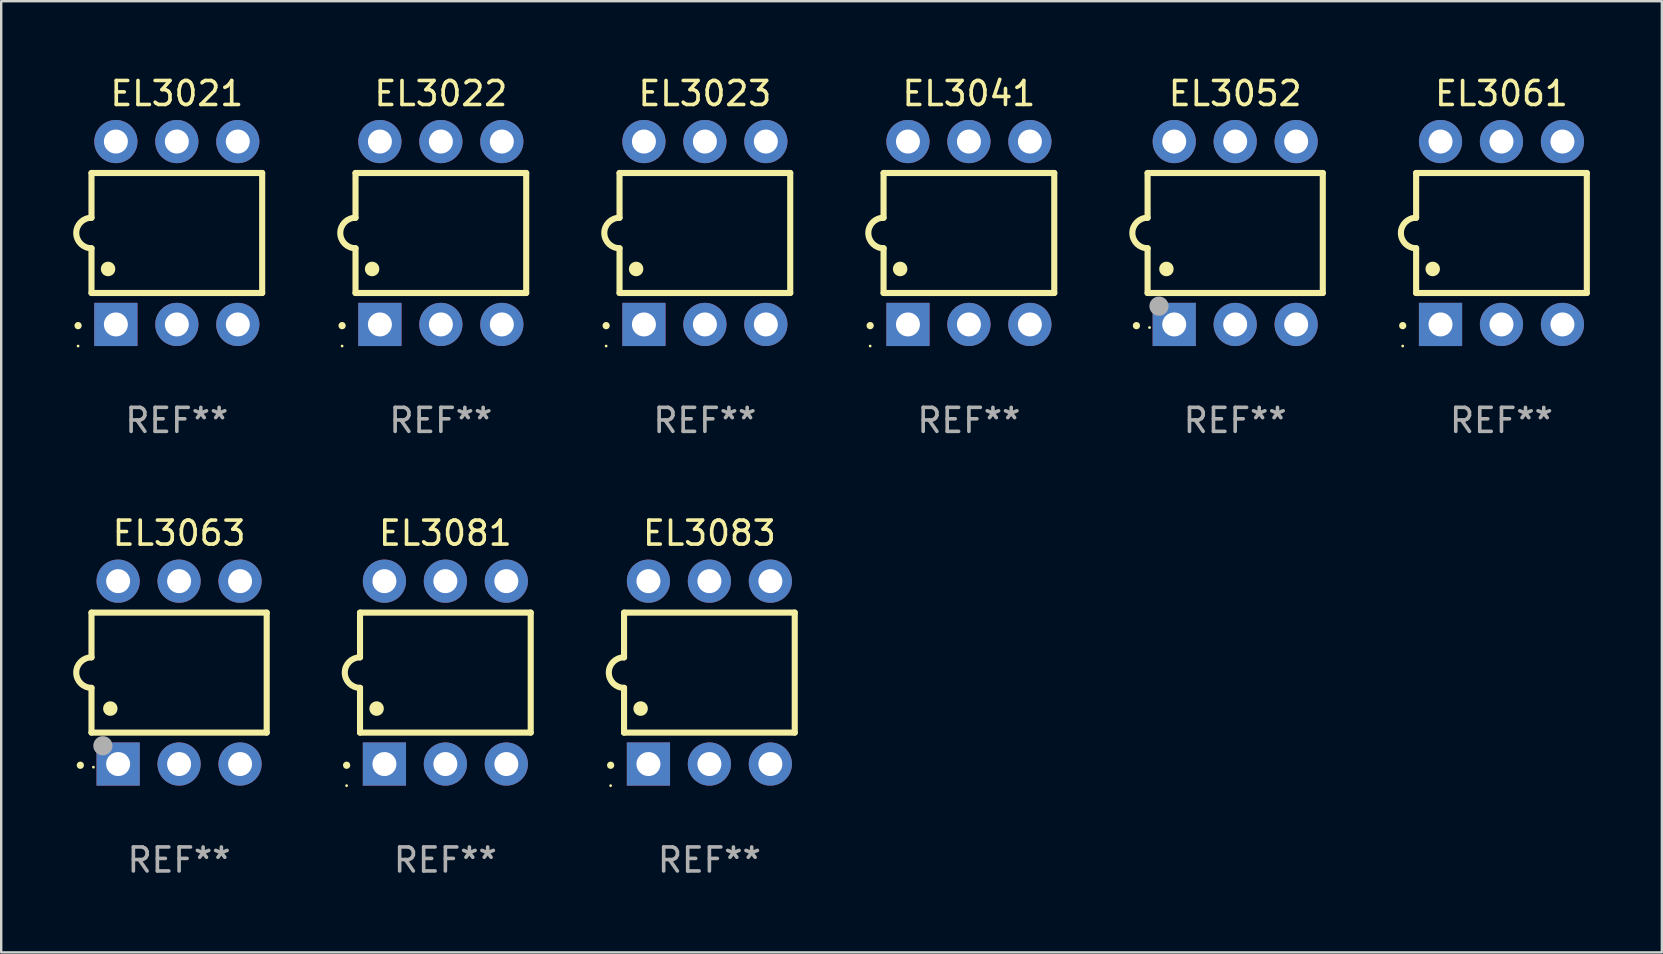
<source format=kicad_pcb>
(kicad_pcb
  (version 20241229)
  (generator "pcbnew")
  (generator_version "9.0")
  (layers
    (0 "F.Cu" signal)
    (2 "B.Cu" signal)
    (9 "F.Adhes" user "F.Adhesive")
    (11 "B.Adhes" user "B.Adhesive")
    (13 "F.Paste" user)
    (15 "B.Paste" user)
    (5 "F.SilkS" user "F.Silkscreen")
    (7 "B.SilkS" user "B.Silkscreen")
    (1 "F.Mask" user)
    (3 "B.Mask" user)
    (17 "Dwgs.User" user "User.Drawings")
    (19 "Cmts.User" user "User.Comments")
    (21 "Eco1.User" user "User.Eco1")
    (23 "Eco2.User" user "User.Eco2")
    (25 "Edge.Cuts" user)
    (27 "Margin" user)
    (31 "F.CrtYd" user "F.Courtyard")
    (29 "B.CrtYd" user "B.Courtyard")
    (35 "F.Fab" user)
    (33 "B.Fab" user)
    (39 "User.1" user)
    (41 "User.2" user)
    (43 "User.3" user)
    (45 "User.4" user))
  (footprint "EL3023"
    (layer "F.Cu")
    (at 26.32 6.658)
    (property "Reference" "EL3023" (at 0 -5.81 0) (layer "F.SilkS") (effects (font (size 1 1) (thickness 0.15))))
    (attr through_hole)
    (fp_line (start -3.556 -2.5) (end 3.556 -2.5) (stroke (width 0.254) (type solid)) (layer "F.SilkS"))
    (fp_line (start -3.556 -0.635) (end -3.556 -2.5) (stroke (width 0.254) (type solid)) (layer "F.SilkS"))
    (fp_line (start -3.556 0.635) (end -3.556 2.5) (stroke (width 0.254) (type solid)) (layer "F.SilkS"))
    (fp_line (start -3.556 2.5) (end 3.556 2.5) (stroke (width 0.254) (type solid)) (layer "F.SilkS"))
    (fp_line (start 3.556 -2.5) (end 3.556 2.5) (stroke (width 0.254) (type solid)) (layer "F.SilkS"))
    (fp_arc (start -4.114808 3.860808) (mid -4.114813 3.859538) (end -4.114808 3.858268) (stroke (width 0.3) (type solid)) (layer "F.SilkS"))
    (fp_arc (start -3.556007 0.635001) (mid -4.191008 0) (end -3.556007 -0.635001) (stroke (width 0.254001) (type solid)) (layer "F.SilkS"))
    (fp_arc (start -2.865405 1.501143) (mid -2.865416 1.498603) (end -2.865405 1.496063) (stroke (width 0.6) (type solid)) (layer "F.SilkS"))
    (fp_circle (center -4.115 4.71) (end -4.085 4.71) (stroke (width 0.06) (type solid)) (fill no) (layer "F.SilkS"))
    (fp_text user "REF**" (at 0 7.81 0) (layer "F.Fab") (effects (font (size 1 1) (thickness 0.15))))
    (pad "1" thru_hole rect (at -2.54 3.81 90) (size 1.8 1.8) (drill 1) (layers "*.Cu" "*.Mask"))
    (pad "2" thru_hole circle (at 0 3.81) (size 1.8 1.8) (drill 1) (layers "*.Cu" "*.Mask"))
    (pad "3" thru_hole circle (at 2.54 3.81) (size 1.8 1.8) (drill 1) (layers "*.Cu" "*.Mask"))
    (pad "4" thru_hole circle (at 2.54 -3.81) (size 1.8 1.8) (drill 1) (layers "*.Cu" "*.Mask"))
    (pad "5" thru_hole circle (at 0 -3.81) (size 1.8 1.8) (drill 1) (layers "*.Cu" "*.Mask"))
    (pad "6" thru_hole circle (at -2.54 -3.81) (size 1.8 1.8) (drill 1) (layers "*.Cu" "*.Mask")))
  (footprint "EL3022"
    (layer "F.Cu")
    (at 15.319 6.658)
    (property "Reference" "EL3022" (at 0 -5.81 0) (layer "F.SilkS") (effects (font (size 1 1) (thickness 0.15))))
    (attr through_hole)
    (fp_line (start -3.556 -2.5) (end 3.556 -2.5) (stroke (width 0.254) (type solid)) (layer "F.SilkS"))
    (fp_line (start -3.556 -0.635) (end -3.556 -2.5) (stroke (width 0.254) (type solid)) (layer "F.SilkS"))
    (fp_line (start -3.556 0.635) (end -3.556 2.5) (stroke (width 0.254) (type solid)) (layer "F.SilkS"))
    (fp_line (start -3.556 2.5) (end 3.556 2.5) (stroke (width 0.254) (type solid)) (layer "F.SilkS"))
    (fp_line (start 3.556 -2.5) (end 3.556 2.5) (stroke (width 0.254) (type solid)) (layer "F.SilkS"))
    (fp_arc (start -4.114808 3.860808) (mid -4.114813 3.859538) (end -4.114808 3.858268) (stroke (width 0.3) (type solid)) (layer "F.SilkS"))
    (fp_arc (start -3.556007 0.635001) (mid -4.191008 0) (end -3.556007 -0.635001) (stroke (width 0.254001) (type solid)) (layer "F.SilkS"))
    (fp_arc (start -2.865405 1.501143) (mid -2.865416 1.498603) (end -2.865405 1.496063) (stroke (width 0.6) (type solid)) (layer "F.SilkS"))
    (fp_circle (center -4.115 4.71) (end -4.085 4.71) (stroke (width 0.06) (type solid)) (fill no) (layer "F.SilkS"))
    (fp_text user "REF**" (at 0 7.81 0) (layer "F.Fab") (effects (font (size 1 1) (thickness 0.15))))
    (pad "1" thru_hole rect (at -2.54 3.81 90) (size 1.8 1.8) (drill 1) (layers "*.Cu" "*.Mask"))
    (pad "2" thru_hole circle (at 0 3.81) (size 1.8 1.8) (drill 1) (layers "*.Cu" "*.Mask"))
    (pad "3" thru_hole circle (at 2.54 3.81) (size 1.8 1.8) (drill 1) (layers "*.Cu" "*.Mask"))
    (pad "4" thru_hole circle (at 2.54 -3.81) (size 1.8 1.8) (drill 1) (layers "*.Cu" "*.Mask"))
    (pad "5" thru_hole circle (at 0 -3.81) (size 1.8 1.8) (drill 1) (layers "*.Cu" "*.Mask"))
    (pad "6" thru_hole circle (at -2.54 -3.81) (size 1.8 1.8) (drill 1) (layers "*.Cu" "*.Mask")))
  (footprint "EL3041"
    (layer "F.Cu")
    (at 37.321 6.658)
    (property "Reference" "EL3041" (at 0 -5.81 0) (layer "F.SilkS") (effects (font (size 1 1) (thickness 0.15))))
    (attr through_hole)
    (fp_line (start -3.556 -2.5) (end 3.556 -2.5) (stroke (width 0.254) (type solid)) (layer "F.SilkS"))
    (fp_line (start -3.556 -0.635) (end -3.556 -2.5) (stroke (width 0.254) (type solid)) (layer "F.SilkS"))
    (fp_line (start -3.556 0.635) (end -3.556 2.5) (stroke (width 0.254) (type solid)) (layer "F.SilkS"))
    (fp_line (start -3.556 2.5) (end 3.556 2.5) (stroke (width 0.254) (type solid)) (layer "F.SilkS"))
    (fp_line (start 3.556 -2.5) (end 3.556 2.5) (stroke (width 0.254) (type solid)) (layer "F.SilkS"))
    (fp_arc (start -4.114808 3.860808) (mid -4.114813 3.859538) (end -4.114808 3.858268) (stroke (width 0.3) (type solid)) (layer "F.SilkS"))
    (fp_arc (start -3.556007 0.635001) (mid -4.191008 0) (end -3.556007 -0.635001) (stroke (width 0.254001) (type solid)) (layer "F.SilkS"))
    (fp_arc (start -2.865405 1.501143) (mid -2.865416 1.498603) (end -2.865405 1.496063) (stroke (width 0.6) (type solid)) (layer "F.SilkS"))
    (fp_circle (center -4.115 4.71) (end -4.085 4.71) (stroke (width 0.06) (type solid)) (fill no) (layer "F.SilkS"))
    (fp_text user "REF**" (at 0 7.81 0) (layer "F.Fab") (effects (font (size 1 1) (thickness 0.15))))
    (pad "1" thru_hole rect (at -2.54 3.81 90) (size 1.8 1.8) (drill 1) (layers "*.Cu" "*.Mask"))
    (pad "2" thru_hole circle (at 0 3.81) (size 1.8 1.8) (drill 1) (layers "*.Cu" "*.Mask"))
    (pad "3" thru_hole circle (at 2.54 3.81) (size 1.8 1.8) (drill 1) (layers "*.Cu" "*.Mask"))
    (pad "4" thru_hole circle (at 2.54 -3.81) (size 1.8 1.8) (drill 1) (layers "*.Cu" "*.Mask"))
    (pad "5" thru_hole circle (at 0 -3.81) (size 1.8 1.8) (drill 1) (layers "*.Cu" "*.Mask"))
    (pad "6" thru_hole circle (at -2.54 -3.81) (size 1.8 1.8) (drill 1) (layers "*.Cu" "*.Mask")))
  (footprint "EL3052"
    (layer "F.Cu")
    (at 48.416 6.658)
    (property "Reference" "EL3052" (at 0 -5.81 0) (layer "F.SilkS") (effects (font (size 1 1) (thickness 0.15))))
    (attr through_hole)
    (fp_line (start -3.65 -2.5) (end 3.65 -2.5) (stroke (width 0.254) (type solid)) (layer "F.SilkS"))
    (fp_line (start -3.65 -0.635) (end -3.65 -2.5) (stroke (width 0.254) (type solid)) (layer "F.SilkS"))
    (fp_line (start -3.65 0.635) (end -3.65 2.5) (stroke (width 0.254) (type solid)) (layer "F.SilkS"))
    (fp_line (start -3.65 2.5) (end 3.65 2.5) (stroke (width 0.254) (type solid)) (layer "F.SilkS"))
    (fp_line (start 3.65 -2.5) (end 3.65 2.5) (stroke (width 0.254) (type solid)) (layer "F.SilkS"))
    (fp_arc (start -4.114808 3.860808) (mid -4.114813 3.859538) (end -4.114808 3.858268) (stroke (width 0.3) (type solid)) (layer "F.SilkS"))
    (fp_arc (start -3.650013 0.635001) (mid -4.285014 0) (end -3.650013 -0.635001) (stroke (width 0.254001) (type solid)) (layer "F.SilkS"))
    (fp_arc (start -2.865405 1.501143) (mid -2.865416 1.498603) (end -2.865405 1.496063) (stroke (width 0.6) (type solid)) (layer "F.SilkS"))
    (fp_circle (center -3.57 3.94) (end -3.54 3.94) (stroke (width 0.06) (type solid)) (fill no) (layer "F.SilkS"))
    (fp_circle (center -3.175 3.048) (end -2.975 3.048) (stroke (width 0.4) (type solid)) (fill no) (layer "F.Fab"))
    (fp_text user "REF**" (at 0 7.81 0) (layer "F.Fab") (effects (font (size 1 1) (thickness 0.15))))
    (pad "1" thru_hole rect (at -2.54 3.81 90) (size 1.8 1.8) (drill 1) (layers "*.Cu" "*.Mask"))
    (pad "2" thru_hole circle (at 0 3.81) (size 1.8 1.8) (drill 1) (layers "*.Cu" "*.Mask"))
    (pad "3" thru_hole circle (at 2.54 3.81) (size 1.8 1.8) (drill 1) (layers "*.Cu" "*.Mask"))
    (pad "4" thru_hole circle (at 2.54 -3.81) (size 1.8 1.8) (drill 1) (layers "*.Cu" "*.Mask"))
    (pad "5" thru_hole circle (at 0 -3.81) (size 1.8 1.8) (drill 1) (layers "*.Cu" "*.Mask"))
    (pad "6" thru_hole circle (at -2.54 -3.81) (size 1.8 1.8) (drill 1) (layers "*.Cu" "*.Mask")))
  (footprint "EL3021"
    (layer "F.Cu")
    (at 4.318 6.658)
    (property "Reference" "EL3021" (at 0 -5.81 0) (layer "F.SilkS") (effects (font (size 1 1) (thickness 0.15))))
    (attr through_hole)
    (fp_line (start -3.556 -2.5) (end 3.556 -2.5) (stroke (width 0.254) (type solid)) (layer "F.SilkS"))
    (fp_line (start -3.556 -0.635) (end -3.556 -2.5) (stroke (width 0.254) (type solid)) (layer "F.SilkS"))
    (fp_line (start -3.556 0.635) (end -3.556 2.5) (stroke (width 0.254) (type solid)) (layer "F.SilkS"))
    (fp_line (start -3.556 2.5) (end 3.556 2.5) (stroke (width 0.254) (type solid)) (layer "F.SilkS"))
    (fp_line (start 3.556 -2.5) (end 3.556 2.5) (stroke (width 0.254) (type solid)) (layer "F.SilkS"))
    (fp_arc (start -4.114808 3.860808) (mid -4.114813 3.859538) (end -4.114808 3.858268) (stroke (width 0.3) (type solid)) (layer "F.SilkS"))
    (fp_arc (start -3.556007 0.635001) (mid -4.191008 0) (end -3.556007 -0.635001) (stroke (width 0.254001) (type solid)) (layer "F.SilkS"))
    (fp_arc (start -2.865405 1.501143) (mid -2.865416 1.498603) (end -2.865405 1.496063) (stroke (width 0.6) (type solid)) (layer "F.SilkS"))
    (fp_circle (center -4.115 4.71) (end -4.085 4.71) (stroke (width 0.06) (type solid)) (fill no) (layer "F.SilkS"))
    (fp_text user "REF**" (at 0 7.81 0) (layer "F.Fab") (effects (font (size 1 1) (thickness 0.15))))
    (pad "1" thru_hole rect (at -2.54 3.81 90) (size 1.8 1.8) (drill 1) (layers "*.Cu" "*.Mask"))
    (pad "2" thru_hole circle (at 0 3.81) (size 1.8 1.8) (drill 1) (layers "*.Cu" "*.Mask"))
    (pad "3" thru_hole circle (at 2.54 3.81) (size 1.8 1.8) (drill 1) (layers "*.Cu" "*.Mask"))
    (pad "4" thru_hole circle (at 2.54 -3.81) (size 1.8 1.8) (drill 1) (layers "*.Cu" "*.Mask"))
    (pad "5" thru_hole circle (at 0 -3.81) (size 1.8 1.8) (drill 1) (layers "*.Cu" "*.Mask"))
    (pad "6" thru_hole circle (at -2.54 -3.81) (size 1.8 1.8) (drill 1) (layers "*.Cu" "*.Mask")))
  (footprint "EL3061"
    (layer "F.Cu")
    (at 59.511 6.658)
    (property "Reference" "EL3061" (at 0 -5.81 0) (layer "F.SilkS") (effects (font (size 1 1) (thickness 0.15))))
    (attr through_hole)
    (fp_line (start -3.556 -2.5) (end 3.556 -2.5) (stroke (width 0.254) (type solid)) (layer "F.SilkS"))
    (fp_line (start -3.556 -0.635) (end -3.556 -2.5) (stroke (width 0.254) (type solid)) (layer "F.SilkS"))
    (fp_line (start -3.556 0.635) (end -3.556 2.5) (stroke (width 0.254) (type solid)) (layer "F.SilkS"))
    (fp_line (start -3.556 2.5) (end 3.556 2.5) (stroke (width 0.254) (type solid)) (layer "F.SilkS"))
    (fp_line (start 3.556 -2.5) (end 3.556 2.5) (stroke (width 0.254) (type solid)) (layer "F.SilkS"))
    (fp_arc (start -4.114808 3.860808) (mid -4.114813 3.859538) (end -4.114808 3.858268) (stroke (width 0.3) (type solid)) (layer "F.SilkS"))
    (fp_arc (start -3.556007 0.635001) (mid -4.191008 0) (end -3.556007 -0.635001) (stroke (width 0.254001) (type solid)) (layer "F.SilkS"))
    (fp_arc (start -2.865405 1.501143) (mid -2.865416 1.498603) (end -2.865405 1.496063) (stroke (width 0.6) (type solid)) (layer "F.SilkS"))
    (fp_circle (center -4.115 4.71) (end -4.085 4.71) (stroke (width 0.06) (type solid)) (fill no) (layer "F.SilkS"))
    (fp_text user "REF**" (at 0 7.81 0) (layer "F.Fab") (effects (font (size 1 1) (thickness 0.15))))
    (pad "1" thru_hole rect (at -2.54 3.81 90) (size 1.8 1.8) (drill 1) (layers "*.Cu" "*.Mask"))
    (pad "2" thru_hole circle (at 0 3.81) (size 1.8 1.8) (drill 1) (layers "*.Cu" "*.Mask"))
    (pad "3" thru_hole circle (at 2.54 3.81) (size 1.8 1.8) (drill 1) (layers "*.Cu" "*.Mask"))
    (pad "4" thru_hole circle (at 2.54 -3.81) (size 1.8 1.8) (drill 1) (layers "*.Cu" "*.Mask"))
    (pad "5" thru_hole circle (at 0 -3.81) (size 1.8 1.8) (drill 1) (layers "*.Cu" "*.Mask"))
    (pad "6" thru_hole circle (at -2.54 -3.81) (size 1.8 1.8) (drill 1) (layers "*.Cu" "*.Mask")))
  (footprint "EL3081"
    (layer "F.Cu")
    (at 15.507 24.975)
    (property "Reference" "EL3081" (at 0 -5.81 0) (layer "F.SilkS") (effects (font (size 1 1) (thickness 0.15))))
    (attr through_hole)
    (fp_line (start -3.556 -2.5) (end 3.556 -2.5) (stroke (width 0.254) (type solid)) (layer "F.SilkS"))
    (fp_line (start -3.556 -0.635) (end -3.556 -2.5) (stroke (width 0.254) (type solid)) (layer "F.SilkS"))
    (fp_line (start -3.556 0.635) (end -3.556 2.5) (stroke (width 0.254) (type solid)) (layer "F.SilkS"))
    (fp_line (start -3.556 2.5) (end 3.556 2.5) (stroke (width 0.254) (type solid)) (layer "F.SilkS"))
    (fp_line (start 3.556 -2.5) (end 3.556 2.5) (stroke (width 0.254) (type solid)) (layer "F.SilkS"))
    (fp_arc (start -4.114808 3.860808) (mid -4.114813 3.859538) (end -4.114808 3.858268) (stroke (width 0.3) (type solid)) (layer "F.SilkS"))
    (fp_arc (start -3.556007 0.635001) (mid -4.191008 0) (end -3.556007 -0.635001) (stroke (width 0.254001) (type solid)) (layer "F.SilkS"))
    (fp_arc (start -2.865405 1.501143) (mid -2.865416 1.498603) (end -2.865405 1.496063) (stroke (width 0.6) (type solid)) (layer "F.SilkS"))
    (fp_circle (center -4.115 4.71) (end -4.085 4.71) (stroke (width 0.06) (type solid)) (fill no) (layer "F.SilkS"))
    (fp_text user "REF**" (at 0 7.81 0) (layer "F.Fab") (effects (font (size 1 1) (thickness 0.15))))
    (pad "1" thru_hole rect (at -2.54 3.81 90) (size 1.8 1.8) (drill 1) (layers "*.Cu" "*.Mask"))
    (pad "2" thru_hole circle (at 0 3.81) (size 1.8 1.8) (drill 1) (layers "*.Cu" "*.Mask"))
    (pad "3" thru_hole circle (at 2.54 3.81) (size 1.8 1.8) (drill 1) (layers "*.Cu" "*.Mask"))
    (pad "4" thru_hole circle (at 2.54 -3.81) (size 1.8 1.8) (drill 1) (layers "*.Cu" "*.Mask"))
    (pad "5" thru_hole circle (at 0 -3.81) (size 1.8 1.8) (drill 1) (layers "*.Cu" "*.Mask"))
    (pad "6" thru_hole circle (at -2.54 -3.81) (size 1.8 1.8) (drill 1) (layers "*.Cu" "*.Mask")))
  (footprint "EL3063"
    (layer "F.Cu")
    (at 4.412 24.975)
    (property "Reference" "EL3063" (at 0 -5.81 0) (layer "F.SilkS") (effects (font (size 1 1) (thickness 0.15))))
    (attr through_hole)
    (fp_line (start -3.65 -2.5) (end 3.65 -2.5) (stroke (width 0.254) (type solid)) (layer "F.SilkS"))
    (fp_line (start -3.65 -0.635) (end -3.65 -2.5) (stroke (width 0.254) (type solid)) (layer "F.SilkS"))
    (fp_line (start -3.65 0.635) (end -3.65 2.5) (stroke (width 0.254) (type solid)) (layer "F.SilkS"))
    (fp_line (start -3.65 2.5) (end 3.65 2.5) (stroke (width 0.254) (type solid)) (layer "F.SilkS"))
    (fp_line (start 3.65 -2.5) (end 3.65 2.5) (stroke (width 0.254) (type solid)) (layer "F.SilkS"))
    (fp_arc (start -4.114808 3.860808) (mid -4.114813 3.859538) (end -4.114808 3.858268) (stroke (width 0.3) (type solid)) (layer "F.SilkS"))
    (fp_arc (start -3.650013 0.635001) (mid -4.285014 0) (end -3.650013 -0.635001) (stroke (width 0.254001) (type solid)) (layer "F.SilkS"))
    (fp_arc (start -2.865405 1.501143) (mid -2.865416 1.498603) (end -2.865405 1.496063) (stroke (width 0.6) (type solid)) (layer "F.SilkS"))
    (fp_circle (center -3.57 3.94) (end -3.54 3.94) (stroke (width 0.06) (type solid)) (fill no) (layer "F.SilkS"))
    (fp_circle (center -3.175 3.048) (end -2.975 3.048) (stroke (width 0.4) (type solid)) (fill no) (layer "F.Fab"))
    (fp_text user "REF**" (at 0 7.81 0) (layer "F.Fab") (effects (font (size 1 1) (thickness 0.15))))
    (pad "1" thru_hole rect (at -2.54 3.81 90) (size 1.8 1.8) (drill 1) (layers "*.Cu" "*.Mask"))
    (pad "2" thru_hole circle (at 0 3.81) (size 1.8 1.8) (drill 1) (layers "*.Cu" "*.Mask"))
    (pad "3" thru_hole circle (at 2.54 3.81) (size 1.8 1.8) (drill 1) (layers "*.Cu" "*.Mask"))
    (pad "4" thru_hole circle (at 2.54 -3.81) (size 1.8 1.8) (drill 1) (layers "*.Cu" "*.Mask"))
    (pad "5" thru_hole circle (at 0 -3.81) (size 1.8 1.8) (drill 1) (layers "*.Cu" "*.Mask"))
    (pad "6" thru_hole circle (at -2.54 -3.81) (size 1.8 1.8) (drill 1) (layers "*.Cu" "*.Mask")))
  (footprint "EL3083"
    (layer "F.Cu")
    (at 26.508 24.975)
    (property "Reference" "EL3083" (at 0 -5.81 0) (layer "F.SilkS") (effects (font (size 1 1) (thickness 0.15))))
    (attr through_hole)
    (fp_line (start -3.556 -2.5) (end 3.556 -2.5) (stroke (width 0.254) (type solid)) (layer "F.SilkS"))
    (fp_line (start -3.556 -0.635) (end -3.556 -2.5) (stroke (width 0.254) (type solid)) (layer "F.SilkS"))
    (fp_line (start -3.556 0.635) (end -3.556 2.5) (stroke (width 0.254) (type solid)) (layer "F.SilkS"))
    (fp_line (start -3.556 2.5) (end 3.556 2.5) (stroke (width 0.254) (type solid)) (layer "F.SilkS"))
    (fp_line (start 3.556 -2.5) (end 3.556 2.5) (stroke (width 0.254) (type solid)) (layer "F.SilkS"))
    (fp_arc (start -4.114808 3.860808) (mid -4.114813 3.859538) (end -4.114808 3.858268) (stroke (width 0.3) (type solid)) (layer "F.SilkS"))
    (fp_arc (start -3.556007 0.635001) (mid -4.191008 0) (end -3.556007 -0.635001) (stroke (width 0.254001) (type solid)) (layer "F.SilkS"))
    (fp_arc (start -2.865405 1.501143) (mid -2.865416 1.498603) (end -2.865405 1.496063) (stroke (width 0.6) (type solid)) (layer "F.SilkS"))
    (fp_circle (center -4.115 4.71) (end -4.085 4.71) (stroke (width 0.06) (type solid)) (fill no) (layer "F.SilkS"))
    (fp_text user "REF**" (at 0 7.81 0) (layer "F.Fab") (effects (font (size 1 1) (thickness 0.15))))
    (pad "1" thru_hole rect (at -2.54 3.81 90) (size 1.8 1.8) (drill 1) (layers "*.Cu" "*.Mask"))
    (pad "2" thru_hole circle (at 0 3.81) (size 1.8 1.8) (drill 1) (layers "*.Cu" "*.Mask"))
    (pad "3" thru_hole circle (at 2.54 3.81) (size 1.8 1.8) (drill 1) (layers "*.Cu" "*.Mask"))
    (pad "4" thru_hole circle (at 2.54 -3.81) (size 1.8 1.8) (drill 1) (layers "*.Cu" "*.Mask"))
    (pad "5" thru_hole circle (at 0 -3.81) (size 1.8 1.8) (drill 1) (layers "*.Cu" "*.Mask"))
    (pad "6" thru_hole circle (at -2.54 -3.81) (size 1.8 1.8) (drill 1) (layers "*.Cu" "*.Mask")))
  (gr_rect
    (start -3 -3)
    (end 66.194 36.633)
    (stroke (width 0.1) (type default))
    (fill no)
    (layer "Edge.Cuts")))
</source>
